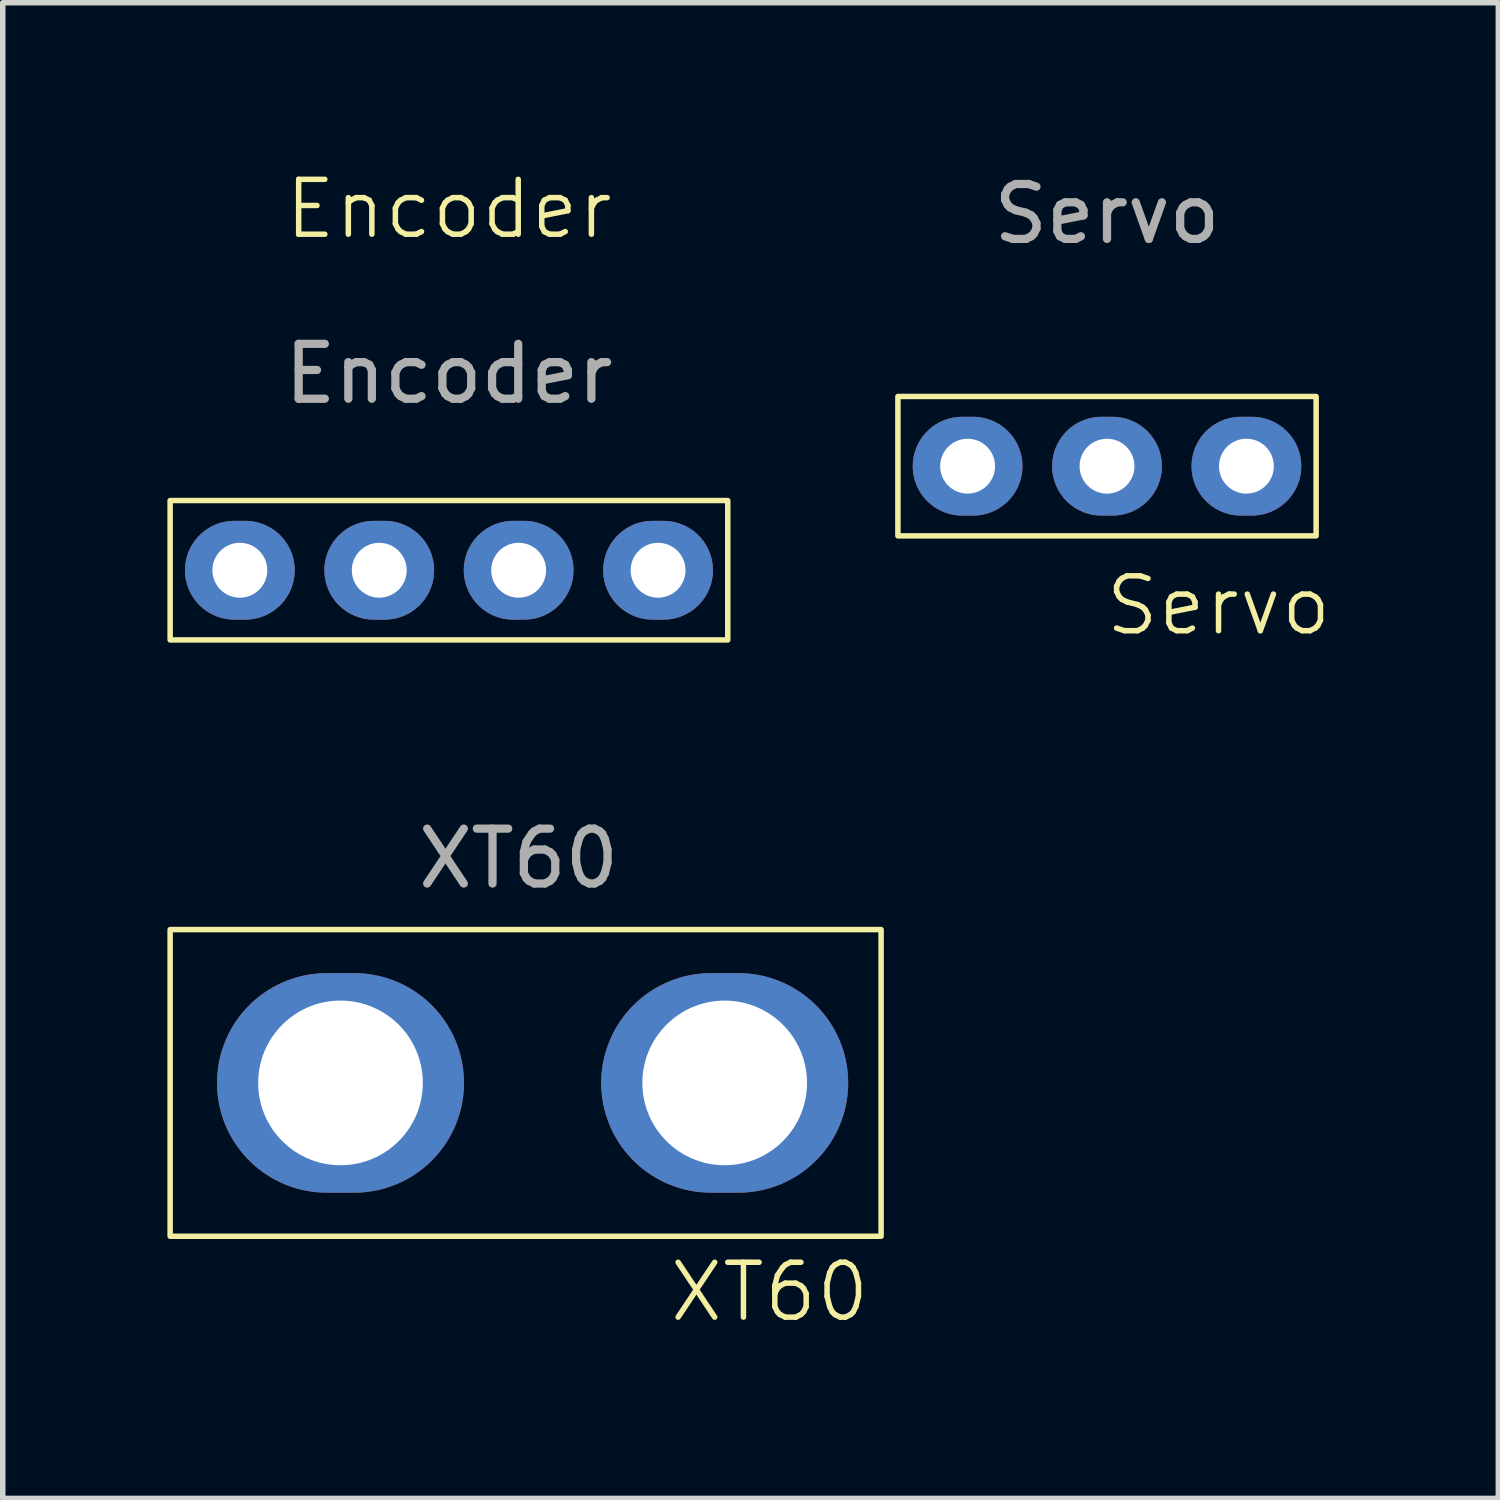
<source format=kicad_pcb>
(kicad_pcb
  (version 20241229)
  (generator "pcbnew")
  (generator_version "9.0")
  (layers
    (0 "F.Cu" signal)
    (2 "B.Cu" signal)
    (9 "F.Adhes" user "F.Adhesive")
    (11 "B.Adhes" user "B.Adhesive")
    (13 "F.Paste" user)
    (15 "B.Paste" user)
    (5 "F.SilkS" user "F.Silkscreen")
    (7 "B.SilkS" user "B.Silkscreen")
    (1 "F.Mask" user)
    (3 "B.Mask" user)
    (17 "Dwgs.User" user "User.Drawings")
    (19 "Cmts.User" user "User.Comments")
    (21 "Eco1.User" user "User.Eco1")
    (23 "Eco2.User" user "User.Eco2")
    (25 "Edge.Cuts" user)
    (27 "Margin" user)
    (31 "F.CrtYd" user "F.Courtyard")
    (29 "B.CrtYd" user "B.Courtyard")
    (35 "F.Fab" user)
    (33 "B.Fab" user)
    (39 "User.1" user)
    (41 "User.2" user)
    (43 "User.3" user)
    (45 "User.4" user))
  (footprint "Servo"
    (layer "F.Cu")
    (at 17.12 5.444)
    (property "Reference" "Servo" (at 2.032 2.54 0) (unlocked yes) (layer "F.SilkS") (effects (font (size 1 1) (thickness 0.1))))
    (attr smd)
    (fp_rect (start -3.81 -1.27) (end 3.81 1.27) (stroke (width 0.1) (type default)) (fill no) (layer "F.SilkS"))
    (fp_text user "${REFERENCE}" (at 0 -4.596 0) (unlocked yes) (layer "F.Fab") (effects (font (size 1 1) (thickness 0.15))))
    (pad "1" thru_hole oval (at -2.54 0) (size 2 1.8) (drill 1) (layers "*.Cu" "*.Mask"))
    (pad "2" thru_hole oval (at 0 0) (size 2 1.8) (drill 1) (layers "*.Cu" "*.Mask"))
    (pad "3" thru_hole oval (at 2.54 0) (size 2 1.8) (drill 1) (layers "*.Cu" "*.Mask")))
  (footprint "XT60"
    (layer "F.Cu")
    (at 6.654 16.681)
    (property "Reference" "XT60" (at 4.318 3.81 0) (unlocked yes) (layer "F.SilkS") (effects (font (size 1 1) (thickness 0.1))))
    (attr smd)
    (fp_rect (start -6.604 -2.794) (end 6.35 2.794) (stroke (width 0.1) (type default)) (fill no) (layer "F.SilkS"))
    (fp_text user "${REFERENCE}" (at -0.254 -4.088 0) (unlocked yes) (layer "F.Fab") (effects (font (size 1 1) (thickness 0.15))))
    (pad "1" thru_hole oval (at -3.5 0) (size 4.5 4) (drill 3) (layers "*.Cu" "*.Mask"))
    (pad "2" thru_hole oval (at 3.5 0) (size 4.5 4) (drill 3) (layers "*.Cu" "*.Mask")))
  (footprint "Encoder"
    (layer "F.Cu")
    (at 5.13 7.34)
    (property "Reference" "Encoder" (at 0 -6.58 0) (unlocked yes) (layer "F.SilkS") (effects (font (size 1 1) (thickness 0.1))))
    (attr smd)
    (fp_rect (start -5.08 -1.27) (end 5.08 1.27) (stroke (width 0.1) (type default)) (fill no) (layer "F.SilkS"))
    (fp_text user "${REFERENCE}" (at 0 -3.58 0) (unlocked yes) (layer "F.Fab") (effects (font (size 1 1) (thickness 0.15))))
    (pad "1" thru_hole oval (at -3.81 0) (size 2 1.8) (drill 1) (layers "*.Cu" "*.Mask"))
    (pad "2" thru_hole oval (at -1.27 0) (size 2 1.8) (drill 1) (layers "*.Cu" "*.Mask"))
    (pad "3" thru_hole oval (at 1.27 0) (size 2 1.8) (drill 1) (layers "*.Cu" "*.Mask"))
    (pad "4" thru_hole oval (at 3.81 0) (size 2 1.8) (drill 1) (layers "*.Cu" "*.Mask")))
  (gr_rect
    (start -3 -3)
    (end 24.25 24.252)
    (stroke (width 0.1) (type default))
    (fill no)
    (layer "Edge.Cuts")))
</source>
